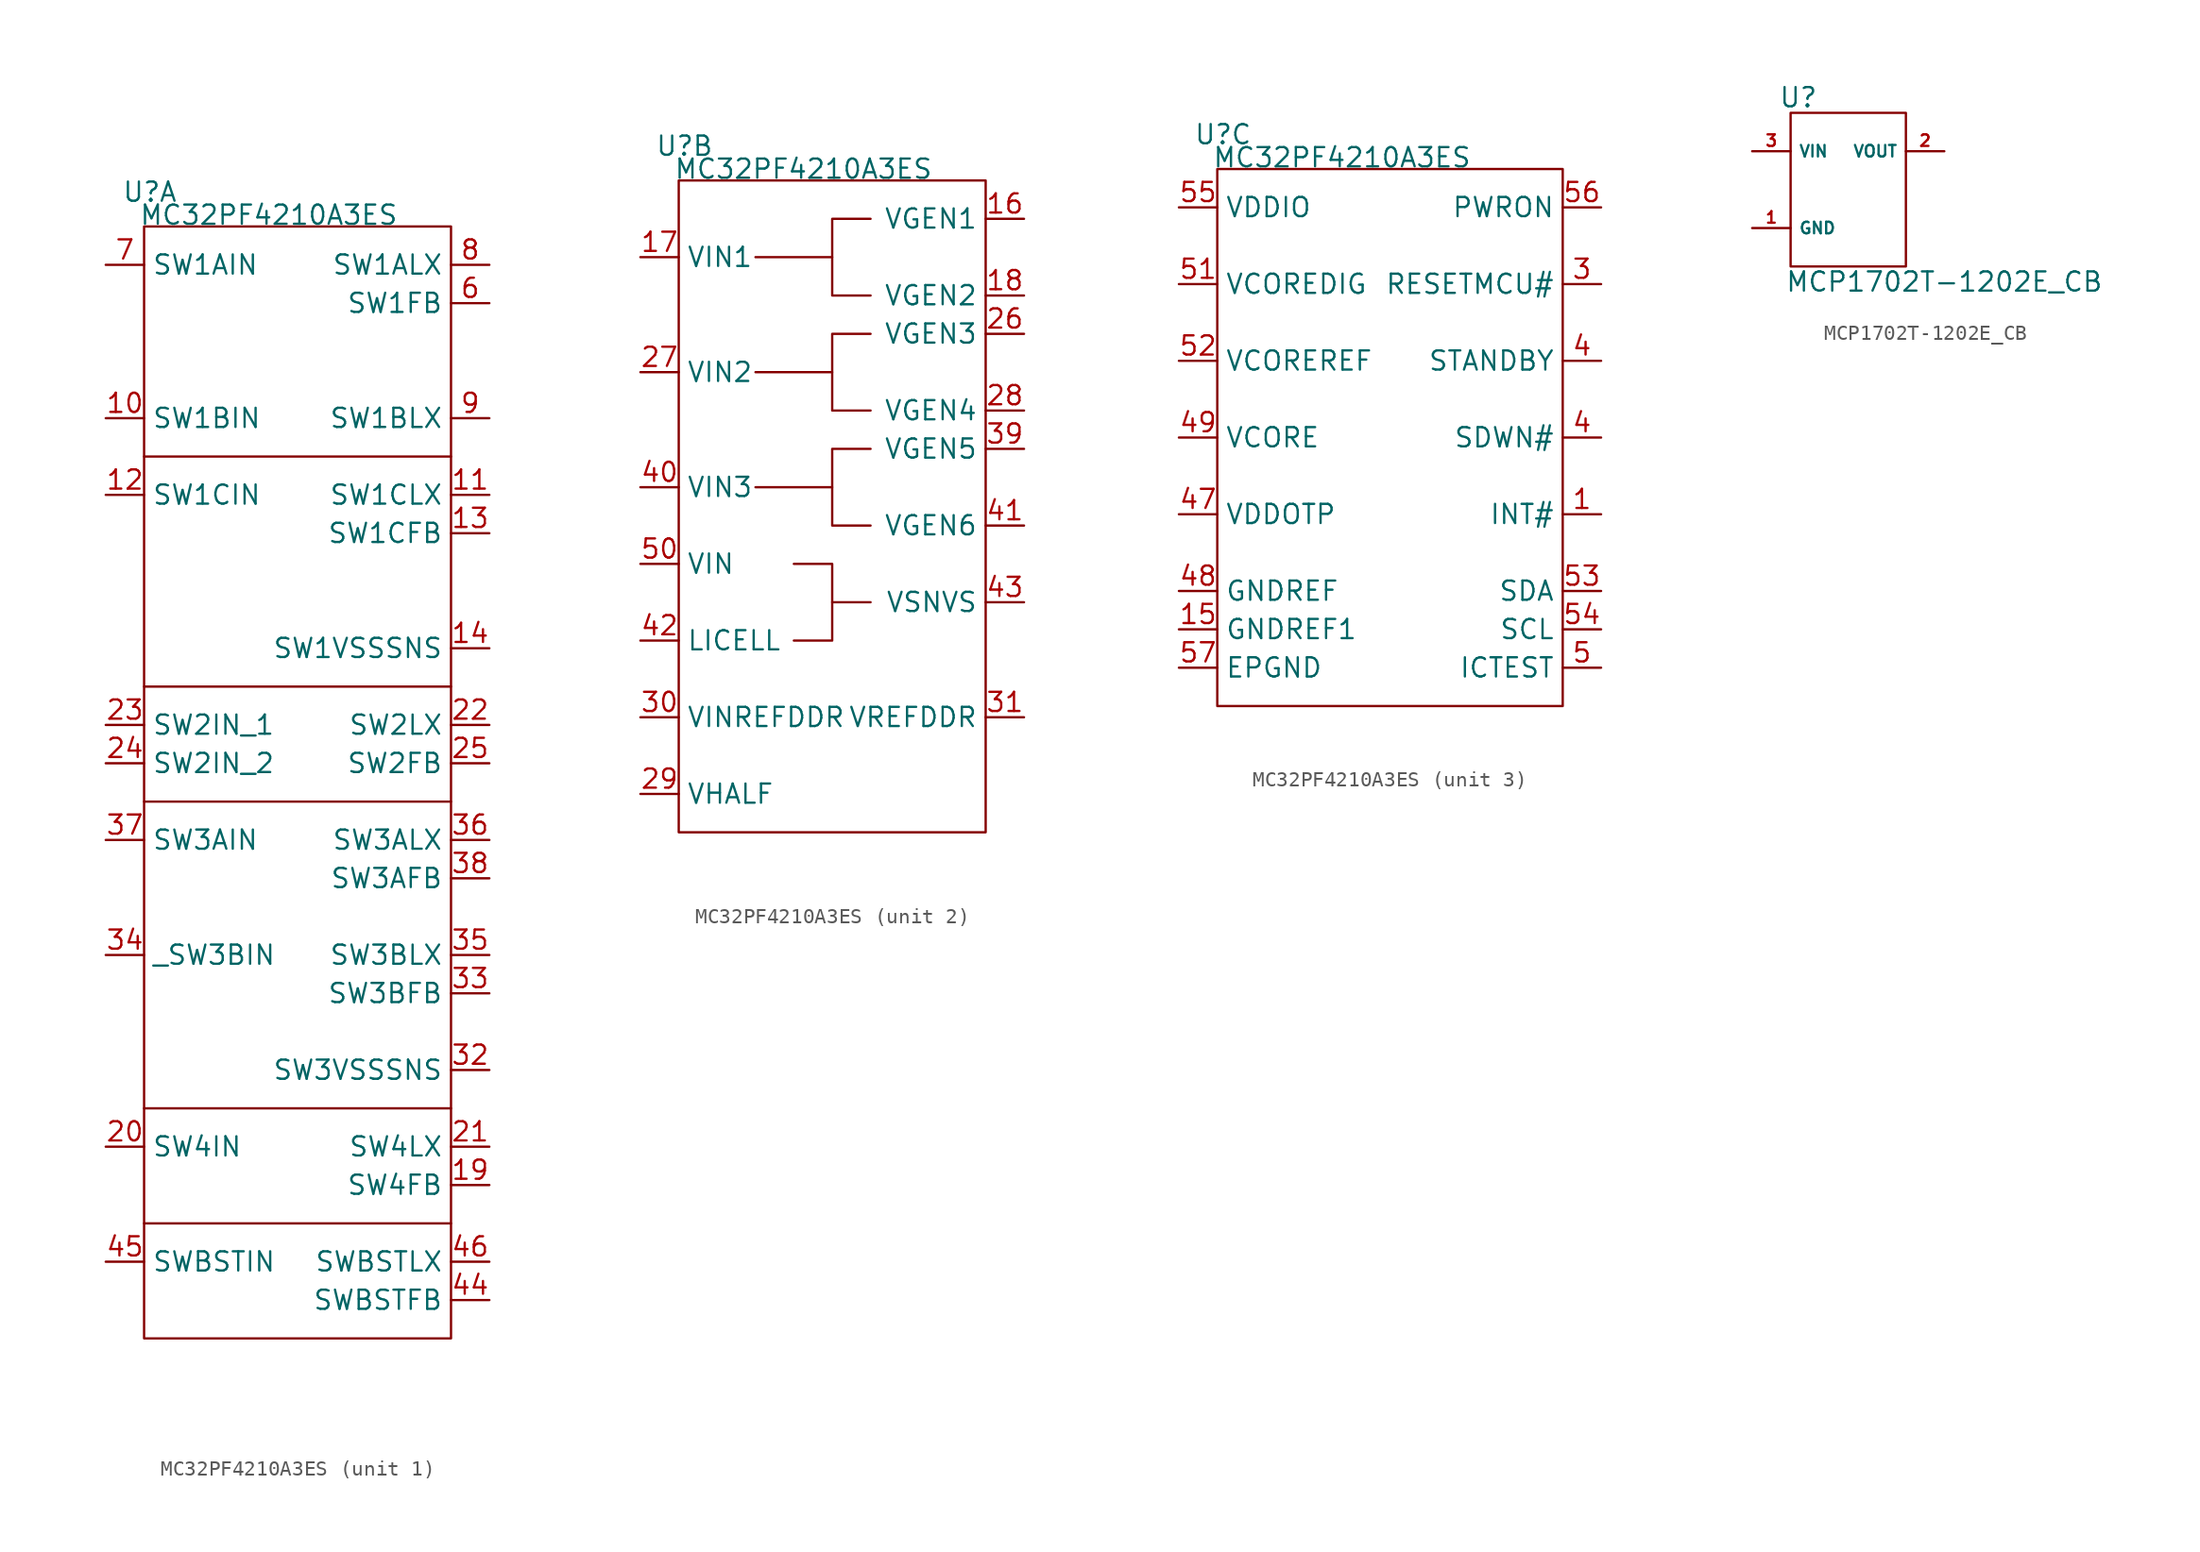
<source format=kicad_sym>
(kicad_symbol_lib
  (version 20230620)
  (generator kicad_symbol_editor)
  (symbol "MC32PF4210A3ES"
    (property "Reference" "U"
      (at 0.381 2.286 0)
      (effects (font (size 1.27 1.27))))
    (property "Value" "MC32PF4210A3ES"
      (at 8.255 0.762 0)
      (effects (font (size 1.27 1.27))))
    (property "ki_locked" ""
      (at 0 0 0)
      (effects (font (size 1.27 1.27))))
    (symbol "MC32PF4210A3ES_1_1"
      (polyline (pts (xy 0 -66.04) (xy 20.32 -66.04)) (stroke (width 0) (type default)) (fill (type none)))
      (polyline (pts (xy 0 -58.42) (xy 20.32 -58.42)) (stroke (width 0) (type default)) (fill (type none)))
      (polyline (pts (xy 0 -38.1) (xy 20.32 -38.1)) (stroke (width 0) (type default)) (fill (type none)))
      (polyline (pts (xy 0 -30.48) (xy 20.32 -30.48)) (stroke (width 0) (type default)) (fill (type none)))
      (polyline (pts (xy 0 -15.24) (xy 20.32 -15.24)) (stroke (width 0) (type default)) (fill (type none)))
      (rectangle (start 0 0) (end 20.32 -73.66) (stroke (width 0) (type default)) (fill (type none)))
      (pin input line (at -2.54 -12.7 0) (length 2.54) (name "SW1BIN" (effects (font (size 1.27 1.27)))) (number "10" (effects (font (size 1.27 1.27)))))
      (pin passive line (at 22.86 -17.78 180) (length 2.54) (name "SW1CLX" (effects (font (size 1.27 1.27)))) (number "11" (effects (font (size 1.27 1.27)))))
      (pin input line (at -2.54 -17.78 0) (length 2.54) (name "SW1CIN" (effects (font (size 1.27 1.27)))) (number "12" (effects (font (size 1.27 1.27)))))
      (pin input line (at 22.86 -20.32 180) (length 2.54) (name "SW1CFB" (effects (font (size 1.27 1.27)))) (number "13" (effects (font (size 1.27 1.27)))))
      (pin input line (at 22.86 -27.94 180) (length 2.54) (name "SW1VSSSNS" (effects (font (size 1.27 1.27)))) (number "14" (effects (font (size 1.27 1.27)))))
      (pin passive line (at 22.86 -63.5 180) (length 2.54) (name "SW4FB" (effects (font (size 1.27 1.27)))) (number "19" (effects (font (size 1.27 1.27)))))
      (pin passive line (at -2.54 -60.96 0) (length 2.54) (name "SW4IN" (effects (font (size 1.27 1.27)))) (number "20" (effects (font (size 1.27 1.27)))))
      (pin passive line (at 22.86 -60.96 180) (length 2.54) (name "SW4LX" (effects (font (size 1.27 1.27)))) (number "21" (effects (font (size 1.27 1.27)))))
      (pin input line (at 22.86 -33.02 180) (length 2.54) (name "SW2LX" (effects (font (size 1.27 1.27)))) (number "22" (effects (font (size 1.27 1.27)))))
      (pin input line (at -2.54 -33.02 0) (length 2.54) (name "SW2IN_1" (effects (font (size 1.27 1.27)))) (number "23" (effects (font (size 1.27 1.27)))))
      (pin input line (at -2.54 -35.56 0) (length 2.54) (name "SW2IN_2" (effects (font (size 1.27 1.27)))) (number "24" (effects (font (size 1.27 1.27)))))
      (pin input line (at 22.86 -35.56 180) (length 2.54) (name "SW2FB" (effects (font (size 1.27 1.27)))) (number "25" (effects (font (size 1.27 1.27)))))
      (pin passive line (at 22.86 -55.88 180) (length 2.54) (name "SW3VSSSNS" (effects (font (size 1.27 1.27)))) (number "32" (effects (font (size 1.27 1.27)))))
      (pin passive line (at 22.86 -50.8 180) (length 2.54) (name "SW3BFB" (effects (font (size 1.27 1.27)))) (number "33" (effects (font (size 1.27 1.27)))))
      (pin passive line (at -2.54 -48.26 0) (length 2.54) (name "_SW3BIN" (effects (font (size 1.27 1.27)))) (number "34" (effects (font (size 1.27 1.27)))))
      (pin passive line (at 22.86 -48.26 180) (length 2.54) (name "SW3BLX" (effects (font (size 1.27 1.27)))) (number "35" (effects (font (size 1.27 1.27)))))
      (pin passive line (at 22.86 -40.64 180) (length 2.54) (name "SW3ALX" (effects (font (size 1.27 1.27)))) (number "36" (effects (font (size 1.27 1.27)))))
      (pin input line (at -2.54 -40.64 0) (length 2.54) (name "SW3AIN" (effects (font (size 1.27 1.27)))) (number "37" (effects (font (size 1.27 1.27)))))
      (pin passive line (at 22.86 -43.18 180) (length 2.54) (name "SW3AFB" (effects (font (size 1.27 1.27)))) (number "38" (effects (font (size 1.27 1.27)))))
      (pin passive line (at 22.86 -71.12 180) (length 2.54) (name "SWBSTFB" (effects (font (size 1.27 1.27)))) (number "44" (effects (font (size 1.27 1.27)))))
      (pin passive line (at -2.54 -68.58 0) (length 2.54) (name "SWBSTIN" (effects (font (size 1.27 1.27)))) (number "45" (effects (font (size 1.27 1.27)))))
      (pin passive line (at 22.86 -68.58 180) (length 2.54) (name "SWBSTLX" (effects (font (size 1.27 1.27)))) (number "46" (effects (font (size 1.27 1.27)))))
      (pin input line (at 22.86 -5.08 180) (length 2.54) (name "SW1FB" (effects (font (size 1.27 1.27)))) (number "6" (effects (font (size 1.27 1.27)))))
      (pin input line (at -2.54 -2.54 0) (length 2.54) (name "SW1AIN" (effects (font (size 1.27 1.27)))) (number "7" (effects (font (size 1.27 1.27)))))
      (pin input line (at 22.86 -2.54 180) (length 2.54) (name "SW1ALX" (effects (font (size 1.27 1.27)))) (number "8" (effects (font (size 1.27 1.27)))))
      (pin input line (at 22.86 -12.7 180) (length 2.54) (name "SW1BLX" (effects (font (size 1.27 1.27)))) (number "9" (effects (font (size 1.27 1.27))))))
    (symbol "MC32PF4210A3ES_2_0"
      (polyline (pts (xy 10.16 -20.32) (xy 5.08 -20.32)) (stroke (width 0) (type default)) (fill (type none)))
      (polyline (pts (xy 10.16 -12.7) (xy 5.08 -12.7)) (stroke (width 0) (type default)) (fill (type none)))
      (polyline (pts (xy 10.16 -5.08) (xy 5.08 -5.08)) (stroke (width 0) (type default)) (fill (type none)))
      (polyline (pts (xy 12.7 -27.94) (xy 10.16 -27.94)) (stroke (width 0) (type default)) (fill (type none)))
      (polyline (pts (xy 7.62 -25.4) (xy 10.16 -25.4) (xy 10.16 -30.48) (xy 7.62 -30.48)) (stroke (width 0) (type default)) (fill (type none)))
      (polyline (pts (xy 12.7 -17.78) (xy 10.16 -17.78) (xy 10.16 -22.86) (xy 12.7 -22.86)) (stroke (width 0) (type default)) (fill (type none)))
      (polyline (pts (xy 12.7 -10.16) (xy 10.16 -10.16) (xy 10.16 -15.24) (xy 12.7 -15.24)) (stroke (width 0) (type default)) (fill (type none)))
      (polyline (pts (xy 12.7 -2.54) (xy 10.16 -2.54) (xy 10.16 -7.62) (xy 12.7 -7.62)) (stroke (width 0) (type default)) (fill (type none)))
      (rectangle (start 0 0) (end 20.32 -43.18) (stroke (width 0) (type default)) (fill (type none))))
    (symbol "MC32PF4210A3ES_2_1"
      (pin passive line (at 22.86 -2.54 180) (length 2.54) (name "VGEN1" (effects (font (size 1.27 1.27)))) (number "16" (effects (font (size 1.27 1.27)))))
      (pin passive line (at -2.54 -5.08 0) (length 2.54) (name "VIN1" (effects (font (size 1.27 1.27)))) (number "17" (effects (font (size 1.27 1.27)))))
      (pin passive line (at 22.86 -7.62 180) (length 2.54) (name "VGEN2" (effects (font (size 1.27 1.27)))) (number "18" (effects (font (size 1.27 1.27)))))
      (pin passive line (at 22.86 -10.16 180) (length 2.54) (name "VGEN3" (effects (font (size 1.27 1.27)))) (number "26" (effects (font (size 1.27 1.27)))))
      (pin passive line (at -2.54 -12.7 0) (length 2.54) (name "VIN2" (effects (font (size 1.27 1.27)))) (number "27" (effects (font (size 1.27 1.27)))))
      (pin passive line (at 22.86 -15.24 180) (length 2.54) (name "VGEN4" (effects (font (size 1.27 1.27)))) (number "28" (effects (font (size 1.27 1.27)))))
      (pin passive line (at -2.54 -40.64 0) (length 2.54) (name "VHALF" (effects (font (size 1.27 1.27)))) (number "29" (effects (font (size 1.27 1.27)))))
      (pin passive line (at -2.54 -35.56 0) (length 2.54) (name "VINREFDDR" (effects (font (size 1.27 1.27)))) (number "30" (effects (font (size 1.27 1.27)))))
      (pin passive line (at 22.86 -35.56 180) (length 2.54) (name "VREFDDR" (effects (font (size 1.27 1.27)))) (number "31" (effects (font (size 1.27 1.27)))))
      (pin passive line (at 22.86 -17.78 180) (length 2.54) (name "VGEN5" (effects (font (size 1.27 1.27)))) (number "39" (effects (font (size 1.27 1.27)))))
      (pin passive line (at -2.54 -20.32 0) (length 2.54) (name "VIN3" (effects (font (size 1.27 1.27)))) (number "40" (effects (font (size 1.27 1.27)))))
      (pin passive line (at 22.86 -22.86 180) (length 2.54) (name "VGEN6" (effects (font (size 1.27 1.27)))) (number "41" (effects (font (size 1.27 1.27)))))
      (pin passive line (at -2.54 -30.48 0) (length 2.54) (name "LICELL" (effects (font (size 1.27 1.27)))) (number "42" (effects (font (size 1.27 1.27)))))
      (pin passive line (at 22.86 -27.94 180) (length 2.54) (name "VSNVS" (effects (font (size 1.27 1.27)))) (number "43" (effects (font (size 1.27 1.27)))))
      (pin passive line (at -2.54 -25.4 0) (length 2.54) (name "VIN" (effects (font (size 1.27 1.27)))) (number "50" (effects (font (size 1.27 1.27))))))
    (symbol "MC32PF4210A3ES_3_0"
      (rectangle (start 0 0) (end 22.86 -35.56) (stroke (width 0) (type default)) (fill (type none))))
    (symbol "MC32PF4210A3ES_3_1"
      (pin passive line (at 25.4 -22.86 180) (length 2.54) (name "INT#" (effects (font (size 1.27 1.27)))) (number "1" (effects (font (size 1.27 1.27)))))
      (pin passive line (at -2.54 -30.48 0) (length 2.54) (name "GNDREF1" (effects (font (size 1.27 1.27)))) (number "15" (effects (font (size 1.27 1.27)))))
      (pin passive line (at 25.4 -7.62 180) (length 2.54) (name "RESETMCU#" (effects (font (size 1.27 1.27)))) (number "3" (effects (font (size 1.27 1.27)))))
      (pin passive line (at 25.4 -17.78 180) (length 2.54) (name "SDWN#" (effects (font (size 1.27 1.27)))) (number "4" (effects (font (size 1.27 1.27)))))
      (pin passive line (at 25.4 -12.7 180) (length 2.54) (name "STANDBY" (effects (font (size 1.27 1.27)))) (number "4" (effects (font (size 1.27 1.27)))))
      (pin passive line (at -2.54 -22.86 0) (length 2.54) (name "VDDOTP" (effects (font (size 1.27 1.27)))) (number "47" (effects (font (size 1.27 1.27)))))
      (pin passive line (at -2.54 -27.94 0) (length 2.54) (name "GNDREF" (effects (font (size 1.27 1.27)))) (number "48" (effects (font (size 1.27 1.27)))))
      (pin passive line (at -2.54 -17.78 0) (length 2.54) (name "VCORE" (effects (font (size 1.27 1.27)))) (number "49" (effects (font (size 1.27 1.27)))))
      (pin passive line (at 25.4 -33.02 180) (length 2.54) (name "ICTEST" (effects (font (size 1.27 1.27)))) (number "5" (effects (font (size 1.27 1.27)))))
      (pin passive line (at -2.54 -7.62 0) (length 2.54) (name "VCOREDIG" (effects (font (size 1.27 1.27)))) (number "51" (effects (font (size 1.27 1.27)))))
      (pin passive line (at -2.54 -12.7 0) (length 2.54) (name "VCOREREF" (effects (font (size 1.27 1.27)))) (number "52" (effects (font (size 1.27 1.27)))))
      (pin passive line (at 25.4 -27.94 180) (length 2.54) (name "SDA" (effects (font (size 1.27 1.27)))) (number "53" (effects (font (size 1.27 1.27)))))
      (pin passive line (at 25.4 -30.48 180) (length 2.54) (name "SCL" (effects (font (size 1.27 1.27)))) (number "54" (effects (font (size 1.27 1.27)))))
      (pin passive line (at -2.54 -2.54 0) (length 2.54) (name "VDDIO" (effects (font (size 1.27 1.27)))) (number "55" (effects (font (size 1.27 1.27)))))
      (pin passive line (at 25.4 -2.54 180) (length 2.54) (name "PWRON" (effects (font (size 1.27 1.27)))) (number "56" (effects (font (size 1.27 1.27)))))
      (pin passive line (at -2.54 -33.02 0) (length 2.54) (name "EPGND" (effects (font (size 1.27 1.27)))) (number "57" (effects (font (size 1.27 1.27)))))))
  (symbol "MCP1702T-1202E_CB"
    (property "Reference" "U"
      (at 3.048 3.556 0)
      (effects (font (size 1.27 1.27))))
    (property "Value" "MCP1702T-1202E_CB"
      (at 12.7 -8.636 0)
      (effects (font (size 1.27 1.27))))
    (symbol "MCP1702T-1202E_CB_0_0"
      (pin unspecified line (at 0 -5.08 0) (length 2.54) (name "GND" (effects (font (size 0.762 0.762)))) (number "1" (effects (font (size 0.762 0.762)))))
      (pin unspecified line (at 12.7 0 180) (length 2.54) (name "VOUT" (effects (font (size 0.762 0.762)))) (number "2" (effects (font (size 0.762 0.762)))))
      (pin unspecified line (at 0 0 0) (length 2.54) (name "VIN" (effects (font (size 0.762 0.762)))) (number "3" (effects (font (size 0.762 0.762))))))
    (symbol "MCP1702T-1202E_CB_0_1"
      (rectangle (start 2.54 2.54) (end 10.16 -7.62) (stroke (width 0.152) (type default)) (fill (type none))))))
</source>
